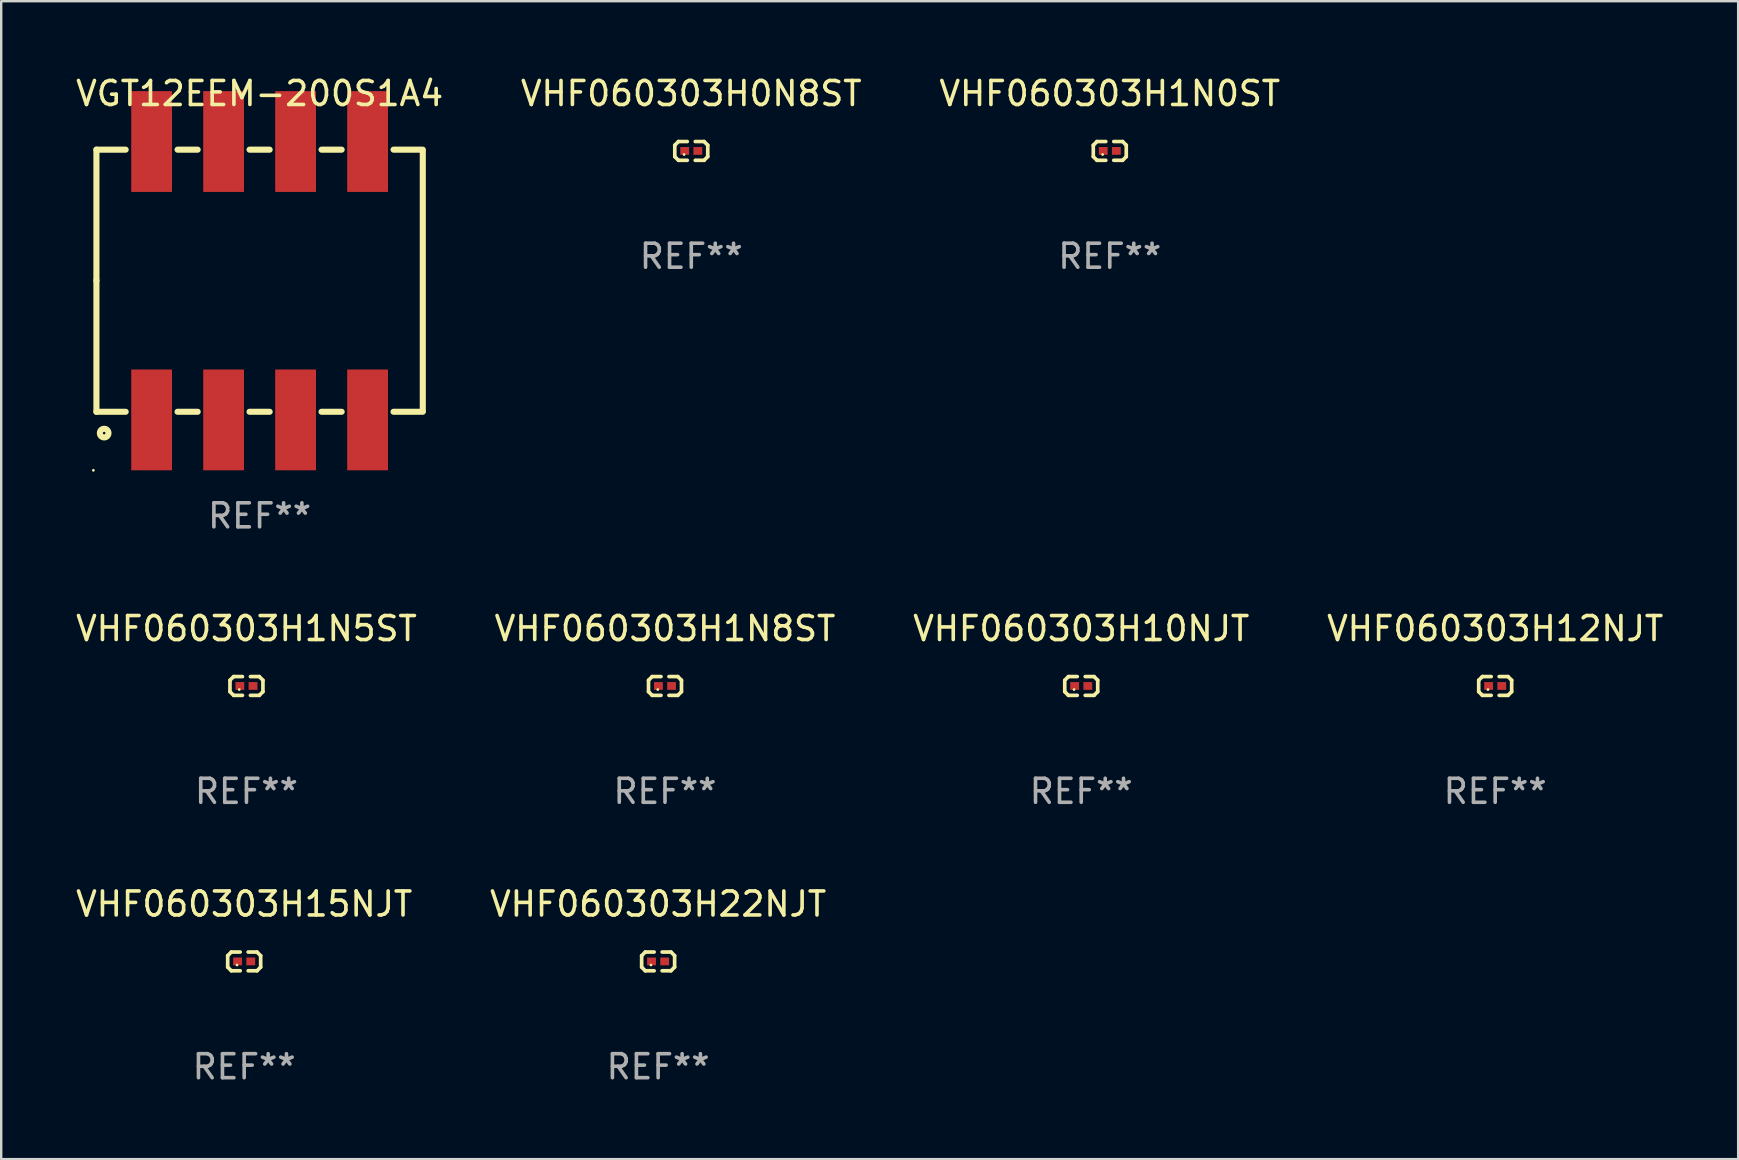
<source format=kicad_pcb>
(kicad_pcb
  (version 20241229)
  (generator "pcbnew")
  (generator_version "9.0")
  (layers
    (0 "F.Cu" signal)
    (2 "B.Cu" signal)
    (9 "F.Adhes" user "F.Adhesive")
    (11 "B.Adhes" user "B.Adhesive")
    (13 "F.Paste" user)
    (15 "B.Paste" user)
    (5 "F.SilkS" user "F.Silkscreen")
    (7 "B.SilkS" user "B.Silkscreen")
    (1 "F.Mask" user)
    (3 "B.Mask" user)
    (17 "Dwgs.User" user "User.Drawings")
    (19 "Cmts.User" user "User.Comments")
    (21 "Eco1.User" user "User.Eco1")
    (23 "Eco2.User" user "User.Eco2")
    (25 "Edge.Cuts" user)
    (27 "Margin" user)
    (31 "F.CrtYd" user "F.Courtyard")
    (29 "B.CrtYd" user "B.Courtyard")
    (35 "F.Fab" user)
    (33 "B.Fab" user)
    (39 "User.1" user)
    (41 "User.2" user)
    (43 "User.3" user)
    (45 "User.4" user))
  (footprint "VHF060303H1N0ST"
    (layer "F.Cu")
    (at 43.196 3.239)
    (property "Reference" "VHF060303H1N0ST" (at 0 -2.391 0) (layer "F.SilkS") (effects (font (size 1 1) (thickness 0.15))))
    (attr through_hole)
    (fp_line (start -0.687 -0.238) (end -0.535 -0.391) (stroke (width 0.152) (type solid)) (layer "F.SilkS"))
    (fp_line (start -0.687 0.238) (end -0.687 -0.238) (stroke (width 0.152) (type solid)) (layer "F.SilkS"))
    (fp_line (start -0.535 -0.391) (end -0.166 -0.391) (stroke (width 0.152) (type solid)) (layer "F.SilkS"))
    (fp_line (start -0.535 0.391) (end -0.687 0.238) (stroke (width 0.152) (type solid)) (layer "F.SilkS"))
    (fp_line (start -0.166 0.391) (end -0.535 0.391) (stroke (width 0.152) (type solid)) (layer "F.SilkS"))
    (fp_line (start 0.166 0.391) (end 0.535 0.391) (stroke (width 0.152) (type solid)) (layer "F.SilkS"))
    (fp_line (start 0.535 -0.391) (end 0.166 -0.391) (stroke (width 0.152) (type solid)) (layer "F.SilkS"))
    (fp_line (start 0.535 0.391) (end 0.687 0.238) (stroke (width 0.152) (type solid)) (layer "F.SilkS"))
    (fp_line (start 0.687 -0.238) (end 0.535 -0.391) (stroke (width 0.152) (type solid)) (layer "F.SilkS"))
    (fp_line (start 0.687 0.238) (end 0.687 -0.238) (stroke (width 0.152) (type solid)) (layer "F.SilkS"))
    (fp_circle (center -0.3 0.15) (end -0.27 0.15) (stroke (width 0.06) (type solid)) (fill no) (layer "F.SilkS"))
    (fp_text user "REF**" (at 0 4.391 0) (layer "F.Fab") (effects (font (size 1 1) (thickness 0.15))))
    (pad "1" smd rect (at -0.274 0) (size 0.368 0.324) (layers "F.Cu" "F.Mask" "F.Paste"))
    (pad "2" smd rect (at 0.274 0) (size 0.368 0.324) (layers "F.Cu" "F.Mask" "F.Paste")))
  (footprint "VHF060303H1N8ST"
    (layer "F.Cu")
    (at 24.661 25.535)
    (property "Reference" "VHF060303H1N8ST" (at 0 -2.391 0) (layer "F.SilkS") (effects (font (size 1 1) (thickness 0.15))))
    (attr through_hole)
    (fp_line (start -0.687 -0.238) (end -0.535 -0.391) (stroke (width 0.152) (type solid)) (layer "F.SilkS"))
    (fp_line (start -0.687 0.238) (end -0.687 -0.238) (stroke (width 0.152) (type solid)) (layer "F.SilkS"))
    (fp_line (start -0.535 -0.391) (end -0.166 -0.391) (stroke (width 0.152) (type solid)) (layer "F.SilkS"))
    (fp_line (start -0.535 0.391) (end -0.687 0.238) (stroke (width 0.152) (type solid)) (layer "F.SilkS"))
    (fp_line (start -0.166 0.391) (end -0.535 0.391) (stroke (width 0.152) (type solid)) (layer "F.SilkS"))
    (fp_line (start 0.166 0.391) (end 0.535 0.391) (stroke (width 0.152) (type solid)) (layer "F.SilkS"))
    (fp_line (start 0.535 -0.391) (end 0.166 -0.391) (stroke (width 0.152) (type solid)) (layer "F.SilkS"))
    (fp_line (start 0.535 0.391) (end 0.687 0.238) (stroke (width 0.152) (type solid)) (layer "F.SilkS"))
    (fp_line (start 0.687 -0.238) (end 0.535 -0.391) (stroke (width 0.152) (type solid)) (layer "F.SilkS"))
    (fp_line (start 0.687 0.238) (end 0.687 -0.238) (stroke (width 0.152) (type solid)) (layer "F.SilkS"))
    (fp_circle (center -0.3 0.15) (end -0.27 0.15) (stroke (width 0.06) (type solid)) (fill no) (layer "F.SilkS"))
    (fp_text user "REF**" (at 0 4.391 0) (layer "F.Fab") (effects (font (size 1 1) (thickness 0.15))))
    (pad "1" smd rect (at -0.274 0) (size 0.368 0.324) (layers "F.Cu" "F.Mask" "F.Paste"))
    (pad "2" smd rect (at 0.274 0) (size 0.368 0.324) (layers "F.Cu" "F.Mask" "F.Paste")))
  (footprint "VHF060303H0N8ST"
    (layer "F.Cu")
    (at 25.756 3.239)
    (property "Reference" "VHF060303H0N8ST" (at 0 -2.391 0) (layer "F.SilkS") (effects (font (size 1 1) (thickness 0.15))))
    (attr through_hole)
    (fp_line (start -0.687 -0.238) (end -0.535 -0.391) (stroke (width 0.152) (type solid)) (layer "F.SilkS"))
    (fp_line (start -0.687 0.238) (end -0.687 -0.238) (stroke (width 0.152) (type solid)) (layer "F.SilkS"))
    (fp_line (start -0.535 -0.391) (end -0.166 -0.391) (stroke (width 0.152) (type solid)) (layer "F.SilkS"))
    (fp_line (start -0.535 0.391) (end -0.687 0.238) (stroke (width 0.152) (type solid)) (layer "F.SilkS"))
    (fp_line (start -0.166 0.391) (end -0.535 0.391) (stroke (width 0.152) (type solid)) (layer "F.SilkS"))
    (fp_line (start 0.166 0.391) (end 0.535 0.391) (stroke (width 0.152) (type solid)) (layer "F.SilkS"))
    (fp_line (start 0.535 -0.391) (end 0.166 -0.391) (stroke (width 0.152) (type solid)) (layer "F.SilkS"))
    (fp_line (start 0.535 0.391) (end 0.687 0.238) (stroke (width 0.152) (type solid)) (layer "F.SilkS"))
    (fp_line (start 0.687 -0.238) (end 0.535 -0.391) (stroke (width 0.152) (type solid)) (layer "F.SilkS"))
    (fp_line (start 0.687 0.238) (end 0.687 -0.238) (stroke (width 0.152) (type solid)) (layer "F.SilkS"))
    (fp_circle (center -0.3 0.15) (end -0.27 0.15) (stroke (width 0.06) (type solid)) (fill no) (layer "F.SilkS"))
    (fp_text user "REF**" (at 0 4.391 0) (layer "F.Fab") (effects (font (size 1 1) (thickness 0.15))))
    (pad "1" smd rect (at -0.274 0) (size 0.368 0.324) (layers "F.Cu" "F.Mask" "F.Paste"))
    (pad "2" smd rect (at 0.274 0) (size 0.368 0.324) (layers "F.Cu" "F.Mask" "F.Paste")))
  (footprint "VHF060303H22NJT"
    (layer "F.Cu")
    (at 24.375 37.013)
    (property "Reference" "VHF060303H22NJT" (at 0 -2.391 0) (layer "F.SilkS") (effects (font (size 1 1) (thickness 0.15))))
    (attr through_hole)
    (fp_line (start -0.687 -0.238) (end -0.535 -0.391) (stroke (width 0.152) (type solid)) (layer "F.SilkS"))
    (fp_line (start -0.687 0.238) (end -0.687 -0.238) (stroke (width 0.152) (type solid)) (layer "F.SilkS"))
    (fp_line (start -0.535 -0.391) (end -0.166 -0.391) (stroke (width 0.152) (type solid)) (layer "F.SilkS"))
    (fp_line (start -0.535 0.391) (end -0.687 0.238) (stroke (width 0.152) (type solid)) (layer "F.SilkS"))
    (fp_line (start -0.166 0.391) (end -0.535 0.391) (stroke (width 0.152) (type solid)) (layer "F.SilkS"))
    (fp_line (start 0.166 0.391) (end 0.535 0.391) (stroke (width 0.152) (type solid)) (layer "F.SilkS"))
    (fp_line (start 0.535 -0.391) (end 0.166 -0.391) (stroke (width 0.152) (type solid)) (layer "F.SilkS"))
    (fp_line (start 0.535 0.391) (end 0.687 0.238) (stroke (width 0.152) (type solid)) (layer "F.SilkS"))
    (fp_line (start 0.687 -0.238) (end 0.535 -0.391) (stroke (width 0.152) (type solid)) (layer "F.SilkS"))
    (fp_line (start 0.687 0.238) (end 0.687 -0.238) (stroke (width 0.152) (type solid)) (layer "F.SilkS"))
    (fp_circle (center -0.3 0.15) (end -0.27 0.15) (stroke (width 0.06) (type solid)) (fill no) (layer "F.SilkS"))
    (fp_text user "REF**" (at 0 4.391 0) (layer "F.Fab") (effects (font (size 1 1) (thickness 0.15))))
    (pad "1" smd rect (at -0.274 0) (size 0.368 0.324) (layers "F.Cu" "F.Mask" "F.Paste"))
    (pad "2" smd rect (at 0.274 0) (size 0.368 0.324) (layers "F.Cu" "F.Mask" "F.Paste")))
  (footprint "VHF060303H1N5ST"
    (layer "F.Cu")
    (at 7.22 25.535)
    (property "Reference" "VHF060303H1N5ST" (at 0 -2.391 0) (layer "F.SilkS") (effects (font (size 1 1) (thickness 0.15))))
    (attr through_hole)
    (fp_line (start -0.687 -0.238) (end -0.535 -0.391) (stroke (width 0.152) (type solid)) (layer "F.SilkS"))
    (fp_line (start -0.687 0.238) (end -0.687 -0.238) (stroke (width 0.152) (type solid)) (layer "F.SilkS"))
    (fp_line (start -0.535 -0.391) (end -0.166 -0.391) (stroke (width 0.152) (type solid)) (layer "F.SilkS"))
    (fp_line (start -0.535 0.391) (end -0.687 0.238) (stroke (width 0.152) (type solid)) (layer "F.SilkS"))
    (fp_line (start -0.166 0.391) (end -0.535 0.391) (stroke (width 0.152) (type solid)) (layer "F.SilkS"))
    (fp_line (start 0.166 0.391) (end 0.535 0.391) (stroke (width 0.152) (type solid)) (layer "F.SilkS"))
    (fp_line (start 0.535 -0.391) (end 0.166 -0.391) (stroke (width 0.152) (type solid)) (layer "F.SilkS"))
    (fp_line (start 0.535 0.391) (end 0.687 0.238) (stroke (width 0.152) (type solid)) (layer "F.SilkS"))
    (fp_line (start 0.687 -0.238) (end 0.535 -0.391) (stroke (width 0.152) (type solid)) (layer "F.SilkS"))
    (fp_line (start 0.687 0.238) (end 0.687 -0.238) (stroke (width 0.152) (type solid)) (layer "F.SilkS"))
    (fp_circle (center -0.3 0.15) (end -0.27 0.15) (stroke (width 0.06) (type solid)) (fill no) (layer "F.SilkS"))
    (fp_text user "REF**" (at 0 4.391 0) (layer "F.Fab") (effects (font (size 1 1) (thickness 0.15))))
    (pad "1" smd rect (at -0.274 0) (size 0.368 0.324) (layers "F.Cu" "F.Mask" "F.Paste"))
    (pad "2" smd rect (at 0.274 0) (size 0.368 0.324) (layers "F.Cu" "F.Mask" "F.Paste")))
  (footprint "VHF060303H10NJT"
    (layer "F.Cu")
    (at 42.006 25.535)
    (property "Reference" "VHF060303H10NJT" (at 0 -2.391 0) (layer "F.SilkS") (effects (font (size 1 1) (thickness 0.15))))
    (attr through_hole)
    (fp_line (start -0.687 -0.238) (end -0.535 -0.391) (stroke (width 0.152) (type solid)) (layer "F.SilkS"))
    (fp_line (start -0.687 0.238) (end -0.687 -0.238) (stroke (width 0.152) (type solid)) (layer "F.SilkS"))
    (fp_line (start -0.535 -0.391) (end -0.166 -0.391) (stroke (width 0.152) (type solid)) (layer "F.SilkS"))
    (fp_line (start -0.535 0.391) (end -0.687 0.238) (stroke (width 0.152) (type solid)) (layer "F.SilkS"))
    (fp_line (start -0.166 0.391) (end -0.535 0.391) (stroke (width 0.152) (type solid)) (layer "F.SilkS"))
    (fp_line (start 0.166 0.391) (end 0.535 0.391) (stroke (width 0.152) (type solid)) (layer "F.SilkS"))
    (fp_line (start 0.535 -0.391) (end 0.166 -0.391) (stroke (width 0.152) (type solid)) (layer "F.SilkS"))
    (fp_line (start 0.535 0.391) (end 0.687 0.238) (stroke (width 0.152) (type solid)) (layer "F.SilkS"))
    (fp_line (start 0.687 -0.238) (end 0.535 -0.391) (stroke (width 0.152) (type solid)) (layer "F.SilkS"))
    (fp_line (start 0.687 0.238) (end 0.687 -0.238) (stroke (width 0.152) (type solid)) (layer "F.SilkS"))
    (fp_circle (center -0.3 0.15) (end -0.27 0.15) (stroke (width 0.06) (type solid)) (fill no) (layer "F.SilkS"))
    (fp_text user "REF**" (at 0 4.391 0) (layer "F.Fab") (effects (font (size 1 1) (thickness 0.15))))
    (pad "1" smd rect (at -0.274 0) (size 0.368 0.324) (layers "F.Cu" "F.Mask" "F.Paste"))
    (pad "2" smd rect (at 0.274 0) (size 0.368 0.324) (layers "F.Cu" "F.Mask" "F.Paste")))
  (footprint "VGT12EEM-200S1A4"
    (layer "F.Cu")
    (at 7.768 8.648)
    (property "Reference" "VGT12EEM-200S1A4" (at 0 -7.8 0) (layer "F.SilkS") (effects (font (size 1 1) (thickness 0.15))))
    (attr through_hole)
    (fp_line (start -6.8 -5.461) (end -5.581 -5.461) (stroke (width 0.254) (type solid)) (layer "F.SilkS"))
    (fp_line (start -6.8 -0.000025) (end -6.8 -5.461) (stroke (width 0.254) (type solid)) (layer "F.SilkS"))
    (fp_line (start -6.8 -0.000025) (end -6.8 5.461) (stroke (width 0.254) (type solid)) (layer "F.SilkS"))
    (fp_line (start -6.8 5.461) (end -5.581 5.461) (stroke (width 0.254) (type solid)) (layer "F.SilkS"))
    (fp_line (start -3.419 -5.461) (end -2.581 -5.461) (stroke (width 0.254) (type solid)) (layer "F.SilkS"))
    (fp_line (start -3.419 5.461) (end -2.581 5.461) (stroke (width 0.254) (type solid)) (layer "F.SilkS"))
    (fp_line (start -0.419 -5.461) (end 0.419 -5.461) (stroke (width 0.254) (type solid)) (layer "F.SilkS"))
    (fp_line (start -0.419 5.461) (end 0.419 5.461) (stroke (width 0.254) (type solid)) (layer "F.SilkS"))
    (fp_line (start 2.581 -5.461) (end 3.419 -5.461) (stroke (width 0.254) (type solid)) (layer "F.SilkS"))
    (fp_line (start 2.581 5.461) (end 3.419 5.461) (stroke (width 0.254) (type solid)) (layer "F.SilkS"))
    (fp_line (start 5.581 -5.461) (end 6.8 -5.461) (stroke (width 0.254) (type solid)) (layer "F.SilkS"))
    (fp_line (start 5.581 5.461) (end 6.8 5.461) (stroke (width 0.254) (type solid)) (layer "F.SilkS"))
    (fp_line (start 6.8 -5.4) (end 6.8 5.42) (stroke (width 0.254) (type solid)) (layer "F.SilkS"))
    (fp_circle (center -6.927 7.9) (end -6.897 7.9) (stroke (width 0.06) (type solid)) (fill no) (layer "F.SilkS"))
    (fp_circle (center -6.477 6.35) (end -6.297 6.35) (stroke (width 0.254) (type solid)) (fill no) (layer "F.SilkS"))
    (fp_text user "REF**" (at 0 9.8 0) (layer "F.Fab") (effects (font (size 1 1) (thickness 0.15))))
    (pad "1" smd rect (at -4.5 5.8) (size 1.7 4.2) (layers "F.Cu" "F.Mask" "F.Paste"))
    (pad "2" smd rect (at -1.5 5.8) (size 1.7 4.2) (layers "F.Cu" "F.Mask" "F.Paste"))
    (pad "3" smd rect (at 1.5 5.8) (size 1.7 4.2) (layers "F.Cu" "F.Mask" "F.Paste"))
    (pad "4" smd rect (at 4.5 5.8) (size 1.7 4.2) (layers "F.Cu" "F.Mask" "F.Paste"))
    (pad "5" smd rect (at 4.5 -5.8) (size 1.7 4.2) (layers "F.Cu" "F.Mask" "F.Paste"))
    (pad "6" smd rect (at 1.5 -5.8) (size 1.7 4.2) (layers "F.Cu" "F.Mask" "F.Paste"))
    (pad "7" smd rect (at -1.5 -5.8) (size 1.7 4.2) (layers "F.Cu" "F.Mask" "F.Paste"))
    (pad "8" smd rect (at -4.5 -5.8) (size 1.7 4.2) (layers "F.Cu" "F.Mask" "F.Paste")))
  (footprint "VHF060303H15NJT"
    (layer "F.Cu")
    (at 7.125 37.013)
    (property "Reference" "VHF060303H15NJT" (at 0 -2.391 0) (layer "F.SilkS") (effects (font (size 1 1) (thickness 0.15))))
    (attr through_hole)
    (fp_line (start -0.687 -0.238) (end -0.535 -0.391) (stroke (width 0.152) (type solid)) (layer "F.SilkS"))
    (fp_line (start -0.687 0.238) (end -0.687 -0.238) (stroke (width 0.152) (type solid)) (layer "F.SilkS"))
    (fp_line (start -0.535 -0.391) (end -0.166 -0.391) (stroke (width 0.152) (type solid)) (layer "F.SilkS"))
    (fp_line (start -0.535 0.391) (end -0.687 0.238) (stroke (width 0.152) (type solid)) (layer "F.SilkS"))
    (fp_line (start -0.166 0.391) (end -0.535 0.391) (stroke (width 0.152) (type solid)) (layer "F.SilkS"))
    (fp_line (start 0.166 0.391) (end 0.535 0.391) (stroke (width 0.152) (type solid)) (layer "F.SilkS"))
    (fp_line (start 0.535 -0.391) (end 0.166 -0.391) (stroke (width 0.152) (type solid)) (layer "F.SilkS"))
    (fp_line (start 0.535 0.391) (end 0.687 0.238) (stroke (width 0.152) (type solid)) (layer "F.SilkS"))
    (fp_line (start 0.687 -0.238) (end 0.535 -0.391) (stroke (width 0.152) (type solid)) (layer "F.SilkS"))
    (fp_line (start 0.687 0.238) (end 0.687 -0.238) (stroke (width 0.152) (type solid)) (layer "F.SilkS"))
    (fp_circle (center -0.3 0.15) (end -0.27 0.15) (stroke (width 0.06) (type solid)) (fill no) (layer "F.SilkS"))
    (fp_text user "REF**" (at 0 4.391 0) (layer "F.Fab") (effects (font (size 1 1) (thickness 0.15))))
    (pad "1" smd rect (at -0.274 0) (size 0.368 0.324) (layers "F.Cu" "F.Mask" "F.Paste"))
    (pad "2" smd rect (at 0.274 0) (size 0.368 0.324) (layers "F.Cu" "F.Mask" "F.Paste")))
  (footprint "VHF060303H12NJT"
    (layer "F.Cu")
    (at 59.256 25.535)
    (property "Reference" "VHF060303H12NJT" (at 0 -2.391 0) (layer "F.SilkS") (effects (font (size 1 1) (thickness 0.15))))
    (attr through_hole)
    (fp_line (start -0.687 -0.238) (end -0.535 -0.391) (stroke (width 0.152) (type solid)) (layer "F.SilkS"))
    (fp_line (start -0.687 0.238) (end -0.687 -0.238) (stroke (width 0.152) (type solid)) (layer "F.SilkS"))
    (fp_line (start -0.535 -0.391) (end -0.166 -0.391) (stroke (width 0.152) (type solid)) (layer "F.SilkS"))
    (fp_line (start -0.535 0.391) (end -0.687 0.238) (stroke (width 0.152) (type solid)) (layer "F.SilkS"))
    (fp_line (start -0.166 0.391) (end -0.535 0.391) (stroke (width 0.152) (type solid)) (layer "F.SilkS"))
    (fp_line (start 0.166 0.391) (end 0.535 0.391) (stroke (width 0.152) (type solid)) (layer "F.SilkS"))
    (fp_line (start 0.535 -0.391) (end 0.166 -0.391) (stroke (width 0.152) (type solid)) (layer "F.SilkS"))
    (fp_line (start 0.535 0.391) (end 0.687 0.238) (stroke (width 0.152) (type solid)) (layer "F.SilkS"))
    (fp_line (start 0.687 -0.238) (end 0.535 -0.391) (stroke (width 0.152) (type solid)) (layer "F.SilkS"))
    (fp_line (start 0.687 0.238) (end 0.687 -0.238) (stroke (width 0.152) (type solid)) (layer "F.SilkS"))
    (fp_circle (center -0.3 0.15) (end -0.27 0.15) (stroke (width 0.06) (type solid)) (fill no) (layer "F.SilkS"))
    (fp_text user "REF**" (at 0 4.391 0) (layer "F.Fab") (effects (font (size 1 1) (thickness 0.15))))
    (pad "1" smd rect (at -0.274 0) (size 0.368 0.324) (layers "F.Cu" "F.Mask" "F.Paste"))
    (pad "2" smd rect (at 0.274 0) (size 0.368 0.324) (layers "F.Cu" "F.Mask" "F.Paste")))
  (gr_rect
    (start -3 -3)
    (end 69.381 45.252)
    (stroke (width 0.1) (type default))
    (fill no)
    (layer "Edge.Cuts")))
</source>
